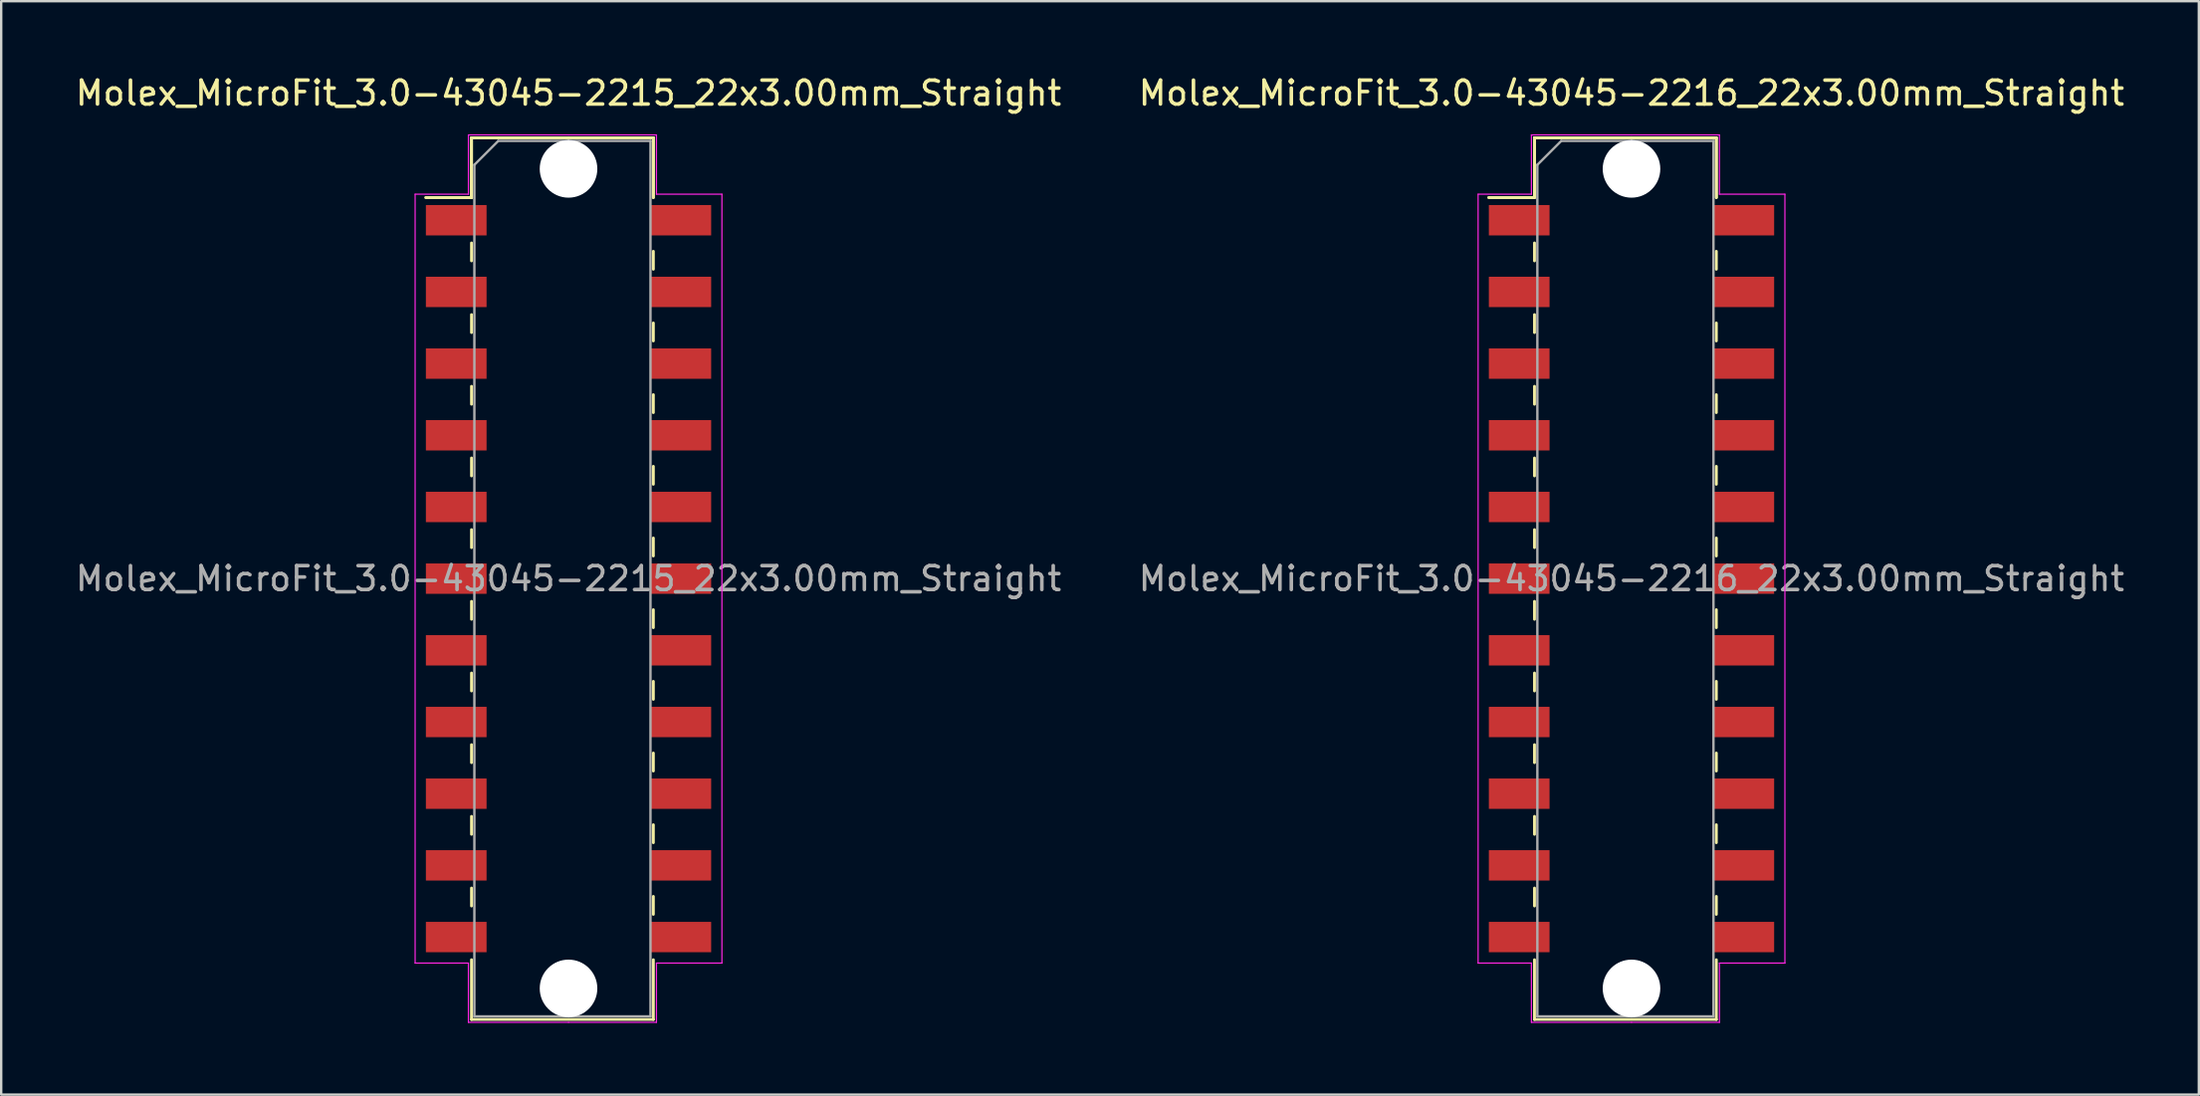
<source format=kicad_pcb>
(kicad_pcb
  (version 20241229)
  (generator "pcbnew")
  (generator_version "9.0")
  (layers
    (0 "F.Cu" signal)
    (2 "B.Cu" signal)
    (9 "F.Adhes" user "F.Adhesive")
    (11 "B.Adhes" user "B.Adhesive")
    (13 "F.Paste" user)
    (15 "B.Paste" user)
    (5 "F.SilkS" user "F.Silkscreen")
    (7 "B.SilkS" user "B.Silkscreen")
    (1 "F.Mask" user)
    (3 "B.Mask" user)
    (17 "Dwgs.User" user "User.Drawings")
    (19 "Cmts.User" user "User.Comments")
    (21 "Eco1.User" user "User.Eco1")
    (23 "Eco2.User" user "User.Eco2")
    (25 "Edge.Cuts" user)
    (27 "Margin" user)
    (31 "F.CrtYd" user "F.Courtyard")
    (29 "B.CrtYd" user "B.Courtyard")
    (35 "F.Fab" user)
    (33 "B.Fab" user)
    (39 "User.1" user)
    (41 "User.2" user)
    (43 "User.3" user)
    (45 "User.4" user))
  (footprint "Molex_MicroFit_3.0-43045-2216_22x3.00mm_Straight"
    (layer "F.Cu")
    (at 65.232 21.168)
    (property "Reference" "Molex_MicroFit_3.0-43045-2216_22x3.00mm_Straight" (at 0 -20.32 0) (layer "F.SilkS") (effects (font (size 1 1) (thickness 0.15))))
    (attr smd)
    (fp_line (start -5.97 -15.95) (end -4.06 -15.95) (stroke (width 0.12) (type solid)) (layer "F.SilkS"))
    (fp_line (start -5.97 -15.95) (end -4.06 -15.95) (stroke (width 0.12) (type solid)) (layer "F.SilkS"))
    (fp_line (start -4.06 -18.45) (end 3.55 -18.45) (stroke (width 0.12) (type solid)) (layer "F.SilkS"))
    (fp_line (start -4.06 -18.45) (end 3.55 -18.45) (stroke (width 0.12) (type solid)) (layer "F.SilkS"))
    (fp_line (start -4.06 -15.95) (end -4.06 -18.45) (stroke (width 0.12) (type solid)) (layer "F.SilkS"))
    (fp_line (start -4.06 -15.95) (end -4.06 -18.45) (stroke (width 0.12) (type solid)) (layer "F.SilkS"))
    (fp_line (start -4.06 -14.05) (end -4.06 -13.3) (stroke (width 0.12) (type solid)) (layer "F.SilkS"))
    (fp_line (start -4.06 -11.05) (end -4.06 -10.3) (stroke (width 0.12) (type solid)) (layer "F.SilkS"))
    (fp_line (start -4.06 -8.05) (end -4.06 -7.3) (stroke (width 0.12) (type solid)) (layer "F.SilkS"))
    (fp_line (start -4.06 -5.05) (end -4.06 -4.3) (stroke (width 0.12) (type solid)) (layer "F.SilkS"))
    (fp_line (start -4.06 -2.05) (end -4.06 -1.3) (stroke (width 0.12) (type solid)) (layer "F.SilkS"))
    (fp_line (start -4.06 0.95) (end -4.06 1.7) (stroke (width 0.12) (type solid)) (layer "F.SilkS"))
    (fp_line (start -4.06 3.95) (end -4.06 4.7) (stroke (width 0.12) (type solid)) (layer "F.SilkS"))
    (fp_line (start -4.06 6.95) (end -4.06 7.7) (stroke (width 0.12) (type solid)) (layer "F.SilkS"))
    (fp_line (start -4.06 9.95) (end -4.06 10.7) (stroke (width 0.12) (type solid)) (layer "F.SilkS"))
    (fp_line (start -4.06 12.95) (end -4.06 13.7) (stroke (width 0.12) (type solid)) (layer "F.SilkS"))
    (fp_line (start -4.06 18.45) (end -4.06 15.95) (stroke (width 0.12) (type solid)) (layer "F.SilkS"))
    (fp_line (start 3.55 -18.45) (end 3.55 -15.95) (stroke (width 0.12) (type solid)) (layer "F.SilkS"))
    (fp_line (start 3.55 -18.45) (end 3.55 -15.95) (stroke (width 0.12) (type solid)) (layer "F.SilkS"))
    (fp_line (start 3.55 -12.95) (end 3.55 -13.7) (stroke (width 0.12) (type solid)) (layer "F.SilkS"))
    (fp_line (start 3.55 -9.95) (end 3.55 -10.7) (stroke (width 0.12) (type solid)) (layer "F.SilkS"))
    (fp_line (start 3.55 -6.95) (end 3.55 -7.7) (stroke (width 0.12) (type solid)) (layer "F.SilkS"))
    (fp_line (start 3.55 -3.95) (end 3.55 -4.7) (stroke (width 0.12) (type solid)) (layer "F.SilkS"))
    (fp_line (start 3.55 -0.95) (end 3.55 -1.7) (stroke (width 0.12) (type solid)) (layer "F.SilkS"))
    (fp_line (start 3.55 2.05) (end 3.55 1.3) (stroke (width 0.12) (type solid)) (layer "F.SilkS"))
    (fp_line (start 3.55 5.05) (end 3.55 4.3) (stroke (width 0.12) (type solid)) (layer "F.SilkS"))
    (fp_line (start 3.55 8.05) (end 3.55 7.3) (stroke (width 0.12) (type solid)) (layer "F.SilkS"))
    (fp_line (start 3.55 11.05) (end 3.55 10.3) (stroke (width 0.12) (type solid)) (layer "F.SilkS"))
    (fp_line (start 3.55 14.05) (end 3.55 13.3) (stroke (width 0.12) (type solid)) (layer "F.SilkS"))
    (fp_line (start 3.55 15.95) (end 3.55 18.45) (stroke (width 0.12) (type solid)) (layer "F.SilkS"))
    (fp_line (start 3.55 18.45) (end -4.06 18.45) (stroke (width 0.12) (type solid)) (layer "F.SilkS"))
    (fp_line (start -6.42 -16.09) (end -4.19 -16.09) (stroke (width 0.05) (type solid)) (layer "F.CrtYd"))
    (fp_line (start -6.42 16.09) (end -6.42 -16.09) (stroke (width 0.05) (type solid)) (layer "F.CrtYd"))
    (fp_line (start -4.19 -18.57) (end 0 -18.57) (stroke (width 0.05) (type solid)) (layer "F.CrtYd"))
    (fp_line (start -4.19 -16.09) (end -4.19 -18.57) (stroke (width 0.05) (type solid)) (layer "F.CrtYd"))
    (fp_line (start -4.19 16.09) (end -6.42 16.09) (stroke (width 0.05) (type solid)) (layer "F.CrtYd"))
    (fp_line (start -4.19 18.57) (end -4.19 16.09) (stroke (width 0.05) (type solid)) (layer "F.CrtYd"))
    (fp_line (start 0 -18.57) (end 3.68 -18.57) (stroke (width 0.05) (type solid)) (layer "F.CrtYd"))
    (fp_line (start 0 18.57) (end -4.19 18.57) (stroke (width 0.05) (type solid)) (layer "F.CrtYd"))
    (fp_line (start 3.68 -18.57) (end 3.68 -16.09) (stroke (width 0.05) (type solid)) (layer "F.CrtYd"))
    (fp_line (start 3.68 -16.09) (end 6.42 -16.09) (stroke (width 0.05) (type solid)) (layer "F.CrtYd"))
    (fp_line (start 3.68 16.09) (end 3.68 18.57) (stroke (width 0.05) (type solid)) (layer "F.CrtYd"))
    (fp_line (start 3.68 18.57) (end 0 18.57) (stroke (width 0.05) (type solid)) (layer "F.CrtYd"))
    (fp_line (start 6.42 -16.09) (end 6.42 16.09) (stroke (width 0.05) (type solid)) (layer "F.CrtYd"))
    (fp_line (start 6.42 16.09) (end 3.68 16.09) (stroke (width 0.05) (type solid)) (layer "F.CrtYd"))
    (fp_line (start -3.94 -17.32) (end -2.94 -18.32) (stroke (width 0.1) (type solid)) (layer "F.Fab"))
    (fp_line (start -3.94 18.32) (end -3.94 -17.32) (stroke (width 0.1) (type solid)) (layer "F.Fab"))
    (fp_line (start -2.94 -18.32) (end 0 -18.32) (stroke (width 0.1) (type solid)) (layer "F.Fab"))
    (fp_line (start 0 -18.32) (end 3.43 -18.32) (stroke (width 0.1) (type solid)) (layer "F.Fab"))
    (fp_line (start 0 18.32) (end -3.94 18.32) (stroke (width 0.1) (type solid)) (layer "F.Fab"))
    (fp_line (start 3.43 -18.32) (end 3.43 18.32) (stroke (width 0.1) (type solid)) (layer "F.Fab"))
    (fp_line (start 3.43 18.32) (end 0 18.32) (stroke (width 0.1) (type solid)) (layer "F.Fab"))
    (fp_text user "${REFERENCE}" (at 0 0 0) (layer "F.Fab") (effects (font (size 1 1) (thickness 0.15))))
    (pad "" np_thru_hole circle (at 0 -17.15) (size 2.41 2.41) (drill 2.41) (layers "*.Cu"))
    (pad "" np_thru_hole circle (at 0 17.15) (size 2.41 2.41) (drill 2.41) (layers "*.Cu"))
    (pad "1" smd rect (at -4.7 -15) (size 2.54 1.27) (layers "F.Cu" "F.Mask" "F.Paste"))
    (pad "2" smd rect (at -4.7 -12) (size 2.54 1.27) (layers "F.Cu" "F.Mask" "F.Paste"))
    (pad "3" smd rect (at -4.7 -9) (size 2.54 1.27) (layers "F.Cu" "F.Mask" "F.Paste"))
    (pad "4" smd rect (at -4.7 -6) (size 2.54 1.27) (layers "F.Cu" "F.Mask" "F.Paste"))
    (pad "5" smd rect (at -4.7 -3) (size 2.54 1.27) (layers "F.Cu" "F.Mask" "F.Paste"))
    (pad "6" smd rect (at -4.7 0) (size 2.54 1.27) (layers "F.Cu" "F.Mask" "F.Paste"))
    (pad "7" smd rect (at -4.7 3) (size 2.54 1.27) (layers "F.Cu" "F.Mask" "F.Paste"))
    (pad "8" smd rect (at -4.7 6) (size 2.54 1.27) (layers "F.Cu" "F.Mask" "F.Paste"))
    (pad "9" smd rect (at -4.7 9) (size 2.54 1.27) (layers "F.Cu" "F.Mask" "F.Paste"))
    (pad "10" smd rect (at -4.7 12) (size 2.54 1.27) (layers "F.Cu" "F.Mask" "F.Paste"))
    (pad "11" smd rect (at -4.7 15) (size 2.54 1.27) (layers "F.Cu" "F.Mask" "F.Paste"))
    (pad "12" smd rect (at 4.7 15) (size 2.54 1.27) (layers "F.Cu" "F.Mask" "F.Paste"))
    (pad "13" smd rect (at 4.7 12) (size 2.54 1.27) (layers "F.Cu" "F.Mask" "F.Paste"))
    (pad "14" smd rect (at 4.7 9) (size 2.54 1.27) (layers "F.Cu" "F.Mask" "F.Paste"))
    (pad "15" smd rect (at 4.7 6) (size 2.54 1.27) (layers "F.Cu" "F.Mask" "F.Paste"))
    (pad "16" smd rect (at 4.7 3) (size 2.54 1.27) (layers "F.Cu" "F.Mask" "F.Paste"))
    (pad "17" smd rect (at 4.7 0) (size 2.54 1.27) (layers "F.Cu" "F.Mask" "F.Paste"))
    (pad "18" smd rect (at 4.7 -3) (size 2.54 1.27) (layers "F.Cu" "F.Mask" "F.Paste"))
    (pad "19" smd rect (at 4.7 -6) (size 2.54 1.27) (layers "F.Cu" "F.Mask" "F.Paste"))
    (pad "20" smd rect (at 4.7 -9) (size 2.54 1.27) (layers "F.Cu" "F.Mask" "F.Paste"))
    (pad "21" smd rect (at 4.7 -12) (size 2.54 1.27) (layers "F.Cu" "F.Mask" "F.Paste"))
    (pad "22" smd rect (at 4.7 -15) (size 2.54 1.27) (layers "F.Cu" "F.Mask" "F.Paste")))
  (footprint "Molex_MicroFit_3.0-43045-2215_22x3.00mm_Straight"
    (layer "F.Cu")
    (at 20.744 21.168)
    (property "Reference" "Molex_MicroFit_3.0-43045-2215_22x3.00mm_Straight" (at 0 -20.32 0) (layer "F.SilkS") (effects (font (size 1 1) (thickness 0.15))))
    (attr smd)
    (fp_line (start -5.97 -15.95) (end -4.06 -15.95) (stroke (width 0.12) (type solid)) (layer "F.SilkS"))
    (fp_line (start -5.97 -15.95) (end -4.06 -15.95) (stroke (width 0.12) (type solid)) (layer "F.SilkS"))
    (fp_line (start -4.06 -18.45) (end 3.55 -18.45) (stroke (width 0.12) (type solid)) (layer "F.SilkS"))
    (fp_line (start -4.06 -18.45) (end 3.55 -18.45) (stroke (width 0.12) (type solid)) (layer "F.SilkS"))
    (fp_line (start -4.06 -15.95) (end -4.06 -18.45) (stroke (width 0.12) (type solid)) (layer "F.SilkS"))
    (fp_line (start -4.06 -15.95) (end -4.06 -18.45) (stroke (width 0.12) (type solid)) (layer "F.SilkS"))
    (fp_line (start -4.06 -14.05) (end -4.06 -13.3) (stroke (width 0.12) (type solid)) (layer "F.SilkS"))
    (fp_line (start -4.06 -11.05) (end -4.06 -10.3) (stroke (width 0.12) (type solid)) (layer "F.SilkS"))
    (fp_line (start -4.06 -8.05) (end -4.06 -7.3) (stroke (width 0.12) (type solid)) (layer "F.SilkS"))
    (fp_line (start -4.06 -5.05) (end -4.06 -4.3) (stroke (width 0.12) (type solid)) (layer "F.SilkS"))
    (fp_line (start -4.06 -2.05) (end -4.06 -1.3) (stroke (width 0.12) (type solid)) (layer "F.SilkS"))
    (fp_line (start -4.06 0.95) (end -4.06 1.7) (stroke (width 0.12) (type solid)) (layer "F.SilkS"))
    (fp_line (start -4.06 3.95) (end -4.06 4.7) (stroke (width 0.12) (type solid)) (layer "F.SilkS"))
    (fp_line (start -4.06 6.95) (end -4.06 7.7) (stroke (width 0.12) (type solid)) (layer "F.SilkS"))
    (fp_line (start -4.06 9.95) (end -4.06 10.7) (stroke (width 0.12) (type solid)) (layer "F.SilkS"))
    (fp_line (start -4.06 12.95) (end -4.06 13.7) (stroke (width 0.12) (type solid)) (layer "F.SilkS"))
    (fp_line (start -4.06 18.45) (end -4.06 15.95) (stroke (width 0.12) (type solid)) (layer "F.SilkS"))
    (fp_line (start 3.55 -18.45) (end 3.55 -15.95) (stroke (width 0.12) (type solid)) (layer "F.SilkS"))
    (fp_line (start 3.55 -18.45) (end 3.55 -15.95) (stroke (width 0.12) (type solid)) (layer "F.SilkS"))
    (fp_line (start 3.55 -12.95) (end 3.55 -13.7) (stroke (width 0.12) (type solid)) (layer "F.SilkS"))
    (fp_line (start 3.55 -9.95) (end 3.55 -10.7) (stroke (width 0.12) (type solid)) (layer "F.SilkS"))
    (fp_line (start 3.55 -6.95) (end 3.55 -7.7) (stroke (width 0.12) (type solid)) (layer "F.SilkS"))
    (fp_line (start 3.55 -3.95) (end 3.55 -4.7) (stroke (width 0.12) (type solid)) (layer "F.SilkS"))
    (fp_line (start 3.55 -0.95) (end 3.55 -1.7) (stroke (width 0.12) (type solid)) (layer "F.SilkS"))
    (fp_line (start 3.55 2.05) (end 3.55 1.3) (stroke (width 0.12) (type solid)) (layer "F.SilkS"))
    (fp_line (start 3.55 5.05) (end 3.55 4.3) (stroke (width 0.12) (type solid)) (layer "F.SilkS"))
    (fp_line (start 3.55 8.05) (end 3.55 7.3) (stroke (width 0.12) (type solid)) (layer "F.SilkS"))
    (fp_line (start 3.55 11.05) (end 3.55 10.3) (stroke (width 0.12) (type solid)) (layer "F.SilkS"))
    (fp_line (start 3.55 14.05) (end 3.55 13.3) (stroke (width 0.12) (type solid)) (layer "F.SilkS"))
    (fp_line (start 3.55 15.95) (end 3.55 18.45) (stroke (width 0.12) (type solid)) (layer "F.SilkS"))
    (fp_line (start 3.55 18.45) (end -4.06 18.45) (stroke (width 0.12) (type solid)) (layer "F.SilkS"))
    (fp_line (start -6.42 -16.09) (end -4.19 -16.09) (stroke (width 0.05) (type solid)) (layer "F.CrtYd"))
    (fp_line (start -6.42 16.09) (end -6.42 -16.09) (stroke (width 0.05) (type solid)) (layer "F.CrtYd"))
    (fp_line (start -4.19 -18.57) (end 0 -18.57) (stroke (width 0.05) (type solid)) (layer "F.CrtYd"))
    (fp_line (start -4.19 -16.09) (end -4.19 -18.57) (stroke (width 0.05) (type solid)) (layer "F.CrtYd"))
    (fp_line (start -4.19 16.09) (end -6.42 16.09) (stroke (width 0.05) (type solid)) (layer "F.CrtYd"))
    (fp_line (start -4.19 18.57) (end -4.19 16.09) (stroke (width 0.05) (type solid)) (layer "F.CrtYd"))
    (fp_line (start 0 -18.57) (end 3.68 -18.57) (stroke (width 0.05) (type solid)) (layer "F.CrtYd"))
    (fp_line (start 0 18.57) (end -4.19 18.57) (stroke (width 0.05) (type solid)) (layer "F.CrtYd"))
    (fp_line (start 3.68 -18.57) (end 3.68 -16.09) (stroke (width 0.05) (type solid)) (layer "F.CrtYd"))
    (fp_line (start 3.68 -16.09) (end 6.42 -16.09) (stroke (width 0.05) (type solid)) (layer "F.CrtYd"))
    (fp_line (start 3.68 16.09) (end 3.68 18.57) (stroke (width 0.05) (type solid)) (layer "F.CrtYd"))
    (fp_line (start 3.68 18.57) (end 0 18.57) (stroke (width 0.05) (type solid)) (layer "F.CrtYd"))
    (fp_line (start 6.42 -16.09) (end 6.42 16.09) (stroke (width 0.05) (type solid)) (layer "F.CrtYd"))
    (fp_line (start 6.42 16.09) (end 3.68 16.09) (stroke (width 0.05) (type solid)) (layer "F.CrtYd"))
    (fp_line (start -3.94 -17.32) (end -2.94 -18.32) (stroke (width 0.1) (type solid)) (layer "F.Fab"))
    (fp_line (start -3.94 18.32) (end -3.94 -17.32) (stroke (width 0.1) (type solid)) (layer "F.Fab"))
    (fp_line (start -2.94 -18.32) (end 0 -18.32) (stroke (width 0.1) (type solid)) (layer "F.Fab"))
    (fp_line (start 0 -18.32) (end 3.43 -18.32) (stroke (width 0.1) (type solid)) (layer "F.Fab"))
    (fp_line (start 0 18.32) (end -3.94 18.32) (stroke (width 0.1) (type solid)) (layer "F.Fab"))
    (fp_line (start 3.43 -18.32) (end 3.43 18.32) (stroke (width 0.1) (type solid)) (layer "F.Fab"))
    (fp_line (start 3.43 18.32) (end 0 18.32) (stroke (width 0.1) (type solid)) (layer "F.Fab"))
    (fp_text user "${REFERENCE}" (at 0 0 0) (layer "F.Fab") (effects (font (size 1 1) (thickness 0.15))))
    (pad "" np_thru_hole circle (at 0 -17.15) (size 2.41 2.41) (drill 2.41) (layers "*.Cu"))
    (pad "" np_thru_hole circle (at 0 17.15) (size 2.41 2.41) (drill 2.41) (layers "*.Cu"))
    (pad "1" smd rect (at -4.7 -15) (size 2.54 1.27) (layers "F.Cu" "F.Mask" "F.Paste"))
    (pad "2" smd rect (at -4.7 -12) (size 2.54 1.27) (layers "F.Cu" "F.Mask" "F.Paste"))
    (pad "3" smd rect (at -4.7 -9) (size 2.54 1.27) (layers "F.Cu" "F.Mask" "F.Paste"))
    (pad "4" smd rect (at -4.7 -6) (size 2.54 1.27) (layers "F.Cu" "F.Mask" "F.Paste"))
    (pad "5" smd rect (at -4.7 -3) (size 2.54 1.27) (layers "F.Cu" "F.Mask" "F.Paste"))
    (pad "6" smd rect (at -4.7 0) (size 2.54 1.27) (layers "F.Cu" "F.Mask" "F.Paste"))
    (pad "7" smd rect (at -4.7 3) (size 2.54 1.27) (layers "F.Cu" "F.Mask" "F.Paste"))
    (pad "8" smd rect (at -4.7 6) (size 2.54 1.27) (layers "F.Cu" "F.Mask" "F.Paste"))
    (pad "9" smd rect (at -4.7 9) (size 2.54 1.27) (layers "F.Cu" "F.Mask" "F.Paste"))
    (pad "10" smd rect (at -4.7 12) (size 2.54 1.27) (layers "F.Cu" "F.Mask" "F.Paste"))
    (pad "11" smd rect (at -4.7 15) (size 2.54 1.27) (layers "F.Cu" "F.Mask" "F.Paste"))
    (pad "12" smd rect (at 4.7 15) (size 2.54 1.27) (layers "F.Cu" "F.Mask" "F.Paste"))
    (pad "13" smd rect (at 4.7 12) (size 2.54 1.27) (layers "F.Cu" "F.Mask" "F.Paste"))
    (pad "14" smd rect (at 4.7 9) (size 2.54 1.27) (layers "F.Cu" "F.Mask" "F.Paste"))
    (pad "15" smd rect (at 4.7 6) (size 2.54 1.27) (layers "F.Cu" "F.Mask" "F.Paste"))
    (pad "16" smd rect (at 4.7 3) (size 2.54 1.27) (layers "F.Cu" "F.Mask" "F.Paste"))
    (pad "17" smd rect (at 4.7 0) (size 2.54 1.27) (layers "F.Cu" "F.Mask" "F.Paste"))
    (pad "18" smd rect (at 4.7 -3) (size 2.54 1.27) (layers "F.Cu" "F.Mask" "F.Paste"))
    (pad "19" smd rect (at 4.7 -6) (size 2.54 1.27) (layers "F.Cu" "F.Mask" "F.Paste"))
    (pad "20" smd rect (at 4.7 -9) (size 2.54 1.27) (layers "F.Cu" "F.Mask" "F.Paste"))
    (pad "21" smd rect (at 4.7 -12) (size 2.54 1.27) (layers "F.Cu" "F.Mask" "F.Paste"))
    (pad "22" smd rect (at 4.7 -15) (size 2.54 1.27) (layers "F.Cu" "F.Mask" "F.Paste")))
  (gr_rect
    (start -3 -3)
    (end 88.976 42.763)
    (stroke (width 0.1) (type default))
    (fill no)
    (layer "Edge.Cuts")))
</source>
